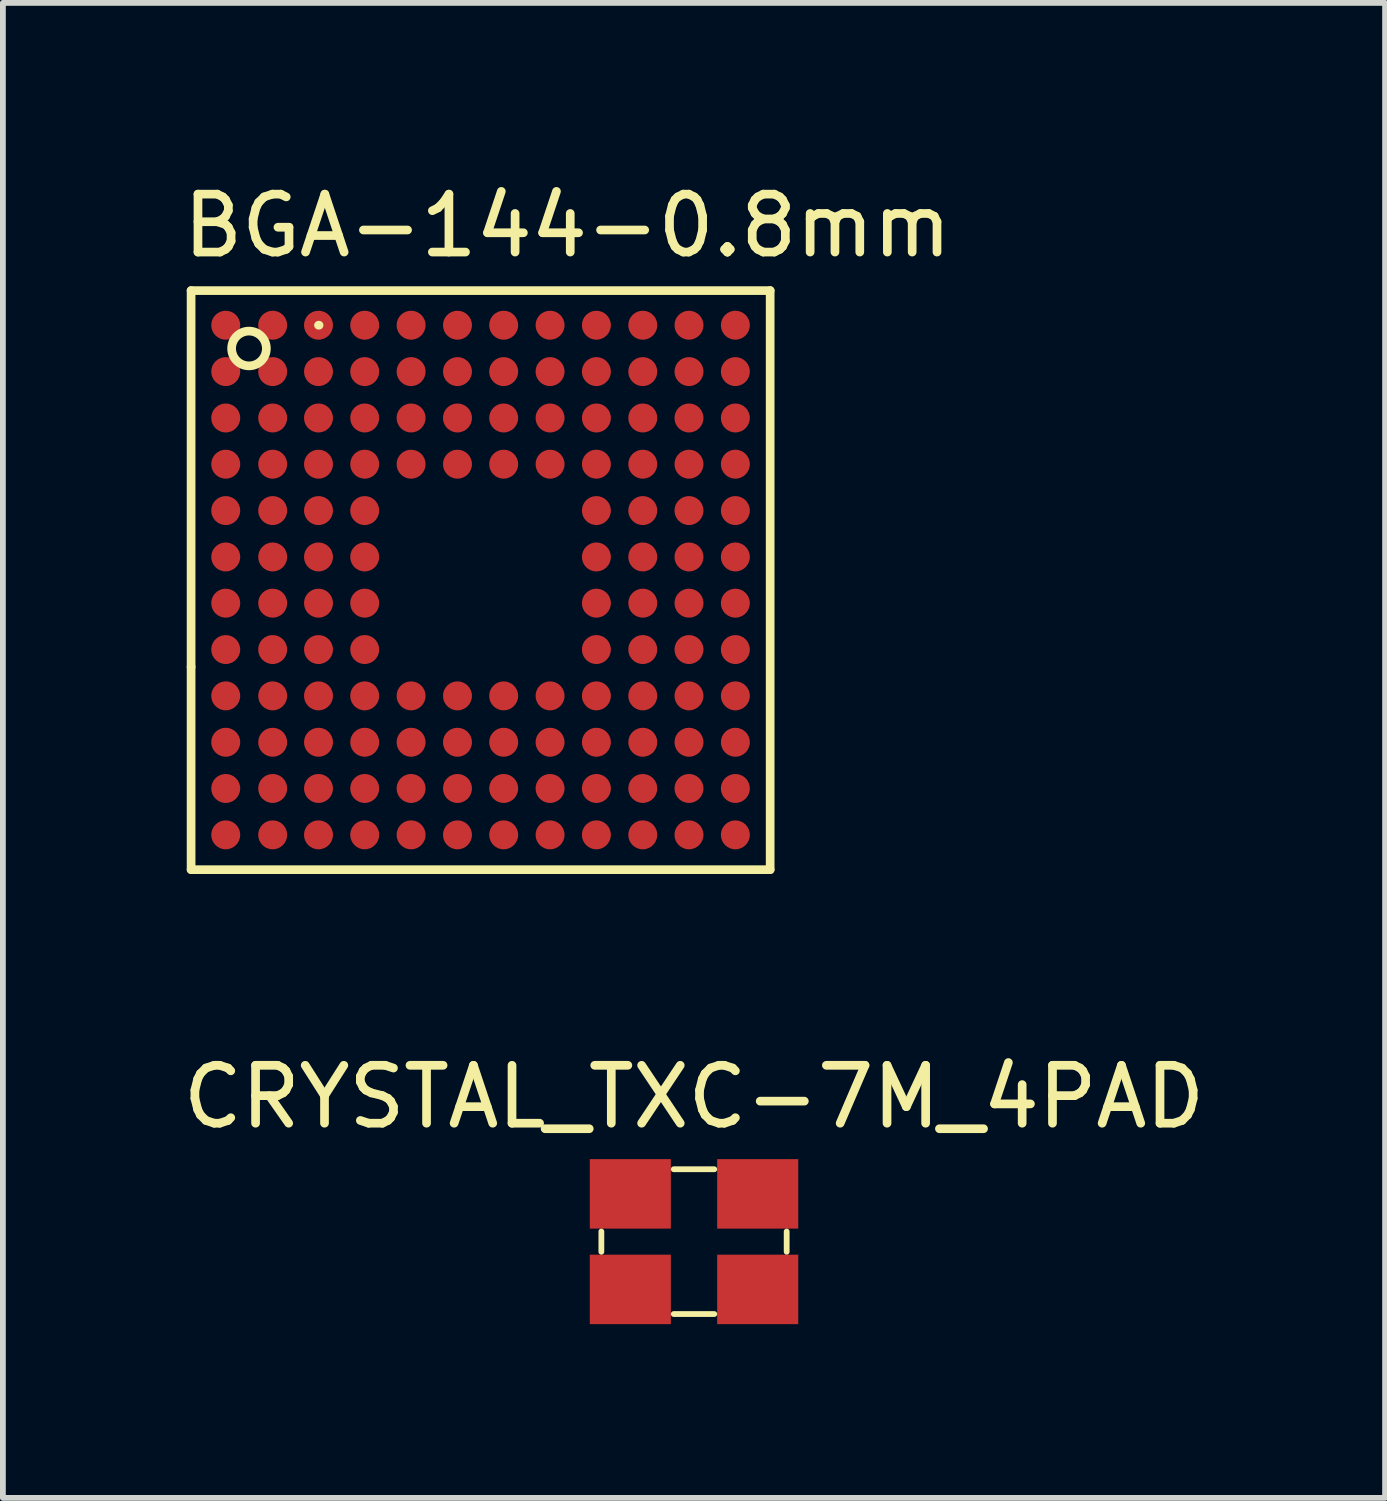
<source format=kicad_pcb>
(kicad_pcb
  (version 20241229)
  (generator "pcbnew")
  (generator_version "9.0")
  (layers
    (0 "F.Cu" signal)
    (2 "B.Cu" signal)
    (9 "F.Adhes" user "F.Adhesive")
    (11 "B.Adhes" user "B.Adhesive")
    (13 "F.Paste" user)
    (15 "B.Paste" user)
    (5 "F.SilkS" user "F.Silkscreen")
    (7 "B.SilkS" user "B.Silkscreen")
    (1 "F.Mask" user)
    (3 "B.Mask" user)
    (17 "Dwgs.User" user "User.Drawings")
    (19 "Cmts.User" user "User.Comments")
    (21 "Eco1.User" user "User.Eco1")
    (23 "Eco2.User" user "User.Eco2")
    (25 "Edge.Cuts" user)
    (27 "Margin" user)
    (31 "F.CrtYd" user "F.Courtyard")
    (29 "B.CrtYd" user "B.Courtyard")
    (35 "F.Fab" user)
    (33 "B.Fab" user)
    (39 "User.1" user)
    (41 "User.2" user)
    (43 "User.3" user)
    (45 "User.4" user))
  (footprint "CRYSTAL_TXC-7M_4PAD"
    (layer "F.Cu")
    (at 8.935 18.392)
    (property "Reference" "CRYSTAL_TXC-7M_4PAD" (at 0 -2.5 0) (layer "F.SilkS") (effects (font (size 1 1) (thickness 0.15))))
    (attr through_hole)
    (fp_line (start -1.6 -0.175) (end -1.6 0.175) (stroke (width 0.1) (type solid)) (layer "F.SilkS"))
    (fp_line (start -0.35 -1.25) (end 0.35 -1.25) (stroke (width 0.1) (type solid)) (layer "F.SilkS"))
    (fp_line (start -0.35 1.25) (end 0.35 1.25) (stroke (width 0.1) (type solid)) (layer "F.SilkS"))
    (fp_line (start 1.6 -0.175) (end 1.6 0.175) (stroke (width 0.1) (type solid)) (layer "F.SilkS"))
    (pad "1" smd rect (at -1.1 0.825) (size 1.4 1.2) (layers "F.Cu" "F.Mask" "F.Paste"))
    (pad "2" smd rect (at 1.1 0.825) (size 1.4 1.2) (layers "F.Cu" "F.Mask" "F.Paste"))
    (pad "3" smd rect (at 1.1 -0.825) (size 1.4 1.2) (layers "F.Cu" "F.Mask" "F.Paste"))
    (pad "4" smd rect (at -1.1 -0.825) (size 1.4 1.2) (layers "F.Cu" "F.Mask" "F.Paste")))
  (footprint "BGA-144-0.8mm"
    (layer "F.Cu")
    (at 0.25 1.968)
    (property "Reference" "BGA-144-0.8mm" (at 6.5 -1.12 0) (layer "F.SilkS") (effects (font (size 1 1) (thickness 0.15))))
    (attr smd)
    (fp_line (start 0.00014 0.00014) (end 10 0.00014) (stroke (width 0.15) (type solid)) (layer "F.SilkS"))
    (fp_line (start 0.00014 6.5) (end 0.00014 0.00014) (stroke (width 0.15) (type solid)) (layer "F.SilkS"))
    (fp_line (start 0.00014 10) (end 0.00014 6.5) (stroke (width 0.15) (type solid)) (layer "F.SilkS"))
    (fp_line (start 2.2 0.598) (end 2.21 0.598) (stroke (width 0.15) (type solid)) (layer "F.SilkS"))
    (fp_line (start 10 0.00014) (end 10 10) (stroke (width 0.15) (type solid)) (layer "F.SilkS"))
    (fp_line (start 10 10) (end 0.00014 10) (stroke (width 0.15) (type solid)) (layer "F.SilkS"))
    (fp_circle (center 1 1) (end 1 0.7) (stroke (width 0.15) (type solid)) (fill no) (layer "F.SilkS"))
    (pad "A1" smd circle (at 0.598 0.598) (size 0.5 0.5) (layers "F.Cu" "F.Mask" "F.Paste"))
    (pad "A2" smd circle (at 1.409 0.598) (size 0.5 0.5) (layers "F.Cu" "F.Mask" "F.Paste"))
    (pad "A3" smd circle (at 2.2 0.598) (size 0.5 0.5) (layers "F.Cu" "F.Mask" "F.Paste"))
    (pad "A4" smd circle (at 2.998 0.598) (size 0.5 0.5) (layers "F.Cu" "F.Mask" "F.Paste"))
    (pad "A5" smd circle (at 3.799 0.598) (size 0.5 0.5) (layers "F.Cu" "F.Mask" "F.Paste"))
    (pad "A6" smd circle (at 4.6 0.598) (size 0.5 0.5) (layers "F.Cu" "F.Mask" "F.Paste"))
    (pad "A7" smd circle (at 5.398 0.598) (size 0.5 0.5) (layers "F.Cu" "F.Mask" "F.Paste"))
    (pad "A8" smd circle (at 6.199 0.598) (size 0.5 0.5) (layers "F.Cu" "F.Mask" "F.Paste"))
    (pad "A9" smd circle (at 6.999 0.598) (size 0.5 0.5) (layers "F.Cu" "F.Mask" "F.Paste"))
    (pad "A10" smd circle (at 7.8 0.598) (size 0.5 0.5) (layers "F.Cu" "F.Mask" "F.Paste"))
    (pad "A11" smd circle (at 8.598 0.598) (size 0.5 0.5) (layers "F.Cu" "F.Mask" "F.Paste"))
    (pad "A12" smd circle (at 9.399 0.598) (size 0.5 0.5) (layers "F.Cu" "F.Mask" "F.Paste"))
    (pad "B1" smd circle (at 0.598 1.399) (size 0.5 0.5) (layers "F.Cu" "F.Mask" "F.Paste"))
    (pad "B2" smd circle (at 1.409 1.399) (size 0.5 0.5) (layers "F.Cu" "F.Mask" "F.Paste"))
    (pad "B3" smd circle (at 2.2 1.399) (size 0.5 0.5) (layers "F.Cu" "F.Mask" "F.Paste"))
    (pad "B4" smd circle (at 2.998 1.399) (size 0.5 0.5) (layers "F.Cu" "F.Mask" "F.Paste"))
    (pad "B5" smd circle (at 3.799 1.399) (size 0.5 0.5) (layers "F.Cu" "F.Mask" "F.Paste"))
    (pad "B6" smd circle (at 4.6 1.399) (size 0.5 0.5) (layers "F.Cu" "F.Mask" "F.Paste"))
    (pad "B7" smd circle (at 5.398 1.399) (size 0.5 0.5) (layers "F.Cu" "F.Mask" "F.Paste"))
    (pad "B8" smd circle (at 6.199 1.399) (size 0.5 0.5) (layers "F.Cu" "F.Mask" "F.Paste"))
    (pad "B9" smd circle (at 6.999 1.399) (size 0.5 0.5) (layers "F.Cu" "F.Mask" "F.Paste"))
    (pad "B10" smd circle (at 7.8 1.399) (size 0.5 0.5) (layers "F.Cu" "F.Mask" "F.Paste"))
    (pad "B11" smd circle (at 8.598 1.399) (size 0.5 0.5) (layers "F.Cu" "F.Mask" "F.Paste"))
    (pad "B12" smd circle (at 9.399 1.399) (size 0.5 0.5) (layers "F.Cu" "F.Mask" "F.Paste"))
    (pad "C1" smd circle (at 0.598 2.2) (size 0.5 0.5) (layers "F.Cu" "F.Mask" "F.Paste"))
    (pad "C2" smd circle (at 1.409 2.2) (size 0.5 0.5) (layers "F.Cu" "F.Mask" "F.Paste"))
    (pad "C3" smd circle (at 2.2 2.2) (size 0.5 0.5) (layers "F.Cu" "F.Mask" "F.Paste"))
    (pad "C4" smd circle (at 2.998 2.2) (size 0.5 0.5) (layers "F.Cu" "F.Mask" "F.Paste"))
    (pad "C5" smd circle (at 3.799 2.2) (size 0.5 0.5) (layers "F.Cu" "F.Mask" "F.Paste"))
    (pad "C6" smd circle (at 4.6 2.2) (size 0.5 0.5) (layers "F.Cu" "F.Mask" "F.Paste"))
    (pad "C7" smd circle (at 5.398 2.2) (size 0.5 0.5) (layers "F.Cu" "F.Mask" "F.Paste"))
    (pad "C8" smd circle (at 6.199 2.2) (size 0.5 0.5) (layers "F.Cu" "F.Mask" "F.Paste"))
    (pad "C9" smd circle (at 6.999 2.2) (size 0.5 0.5) (layers "F.Cu" "F.Mask" "F.Paste"))
    (pad "C10" smd circle (at 7.8 2.2) (size 0.5 0.5) (layers "F.Cu" "F.Mask" "F.Paste"))
    (pad "C11" smd circle (at 8.598 2.2) (size 0.5 0.5) (layers "F.Cu" "F.Mask" "F.Paste"))
    (pad "C12" smd circle (at 9.399 2.2) (size 0.5 0.5) (layers "F.Cu" "F.Mask" "F.Paste"))
    (pad "D1" smd circle (at 0.598 2.998) (size 0.5 0.5) (layers "F.Cu" "F.Mask" "F.Paste"))
    (pad "D2" smd circle (at 1.409 2.998) (size 0.5 0.5) (layers "F.Cu" "F.Mask" "F.Paste"))
    (pad "D3" smd circle (at 2.2 2.998) (size 0.5 0.5) (layers "F.Cu" "F.Mask" "F.Paste"))
    (pad "D4" smd circle (at 2.998 2.998) (size 0.5 0.5) (layers "F.Cu" "F.Mask" "F.Paste"))
    (pad "D5" smd circle (at 3.799 2.998) (size 0.5 0.5) (layers "F.Cu" "F.Mask" "F.Paste"))
    (pad "D6" smd circle (at 4.6 2.998) (size 0.5 0.5) (layers "F.Cu" "F.Mask" "F.Paste"))
    (pad "D7" smd circle (at 5.398 2.998) (size 0.5 0.5) (layers "F.Cu" "F.Mask" "F.Paste"))
    (pad "D8" smd circle (at 6.199 2.998) (size 0.5 0.5) (layers "F.Cu" "F.Mask" "F.Paste"))
    (pad "D9" smd circle (at 6.999 2.998) (size 0.5 0.5) (layers "F.Cu" "F.Mask" "F.Paste"))
    (pad "D10" smd circle (at 7.8 2.998) (size 0.5 0.5) (layers "F.Cu" "F.Mask" "F.Paste"))
    (pad "D11" smd circle (at 8.598 2.998) (size 0.5 0.5) (layers "F.Cu" "F.Mask" "F.Paste"))
    (pad "D12" smd circle (at 9.399 2.998) (size 0.5 0.5) (layers "F.Cu" "F.Mask" "F.Paste"))
    (pad "E1" smd circle (at 0.598 3.799) (size 0.5 0.5) (layers "F.Cu" "F.Mask" "F.Paste"))
    (pad "E2" smd circle (at 1.409 3.799) (size 0.5 0.5) (layers "F.Cu" "F.Mask" "F.Paste"))
    (pad "E3" smd circle (at 2.2 3.799) (size 0.5 0.5) (layers "F.Cu" "F.Mask" "F.Paste"))
    (pad "E4" smd circle (at 2.998 3.799) (size 0.5 0.5) (layers "F.Cu" "F.Mask" "F.Paste"))
    (pad "E9" smd circle (at 6.999 3.799) (size 0.5 0.5) (layers "F.Cu" "F.Mask" "F.Paste"))
    (pad "E10" smd circle (at 7.8 3.799) (size 0.5 0.5) (layers "F.Cu" "F.Mask" "F.Paste"))
    (pad "E11" smd circle (at 8.598 3.799) (size 0.5 0.5) (layers "F.Cu" "F.Mask" "F.Paste"))
    (pad "E12" smd circle (at 9.399 3.799) (size 0.5 0.5) (layers "F.Cu" "F.Mask" "F.Paste"))
    (pad "F1" smd circle (at 0.598 4.6) (size 0.5 0.5) (layers "F.Cu" "F.Mask" "F.Paste"))
    (pad "F2" smd circle (at 1.409 4.6) (size 0.5 0.5) (layers "F.Cu" "F.Mask" "F.Paste"))
    (pad "F3" smd circle (at 2.2 4.6) (size 0.5 0.5) (layers "F.Cu" "F.Mask" "F.Paste"))
    (pad "F4" smd circle (at 2.998 4.6) (size 0.5 0.5) (layers "F.Cu" "F.Mask" "F.Paste"))
    (pad "F9" smd circle (at 6.999 4.6) (size 0.5 0.5) (layers "F.Cu" "F.Mask" "F.Paste"))
    (pad "F10" smd circle (at 7.8 4.6) (size 0.5 0.5) (layers "F.Cu" "F.Mask" "F.Paste"))
    (pad "F11" smd circle (at 8.598 4.6) (size 0.5 0.5) (layers "F.Cu" "F.Mask" "F.Paste"))
    (pad "F12" smd circle (at 9.399 4.6) (size 0.5 0.5) (layers "F.Cu" "F.Mask" "F.Paste"))
    (pad "G1" smd circle (at 0.598 5.398) (size 0.5 0.5) (layers "F.Cu" "F.Mask" "F.Paste"))
    (pad "G2" smd circle (at 1.409 5.398) (size 0.5 0.5) (layers "F.Cu" "F.Mask" "F.Paste"))
    (pad "G3" smd circle (at 2.2 5.398) (size 0.5 0.5) (layers "F.Cu" "F.Mask" "F.Paste"))
    (pad "G4" smd circle (at 2.998 5.398) (size 0.5 0.5) (layers "F.Cu" "F.Mask" "F.Paste"))
    (pad "G9" smd circle (at 6.999 5.398) (size 0.5 0.5) (layers "F.Cu" "F.Mask" "F.Paste"))
    (pad "G10" smd circle (at 7.8 5.398) (size 0.5 0.5) (layers "F.Cu" "F.Mask" "F.Paste"))
    (pad "G11" smd circle (at 8.598 5.398) (size 0.5 0.5) (layers "F.Cu" "F.Mask" "F.Paste"))
    (pad "G12" smd circle (at 9.399 5.398) (size 0.5 0.5) (layers "F.Cu" "F.Mask" "F.Paste"))
    (pad "H1" smd circle (at 0.598 6.199) (size 0.5 0.5) (layers "F.Cu" "F.Mask" "F.Paste"))
    (pad "H2" smd circle (at 1.409 6.199) (size 0.5 0.5) (layers "F.Cu" "F.Mask" "F.Paste"))
    (pad "H3" smd circle (at 2.2 6.199) (size 0.5 0.5) (layers "F.Cu" "F.Mask" "F.Paste"))
    (pad "H4" smd circle (at 2.998 6.199) (size 0.5 0.5) (layers "F.Cu" "F.Mask" "F.Paste"))
    (pad "H9" smd circle (at 6.999 6.199) (size 0.5 0.5) (layers "F.Cu" "F.Mask" "F.Paste"))
    (pad "H10" smd circle (at 7.8 6.199) (size 0.5 0.5) (layers "F.Cu" "F.Mask" "F.Paste"))
    (pad "H11" smd circle (at 8.598 6.199) (size 0.5 0.5) (layers "F.Cu" "F.Mask" "F.Paste"))
    (pad "H12" smd circle (at 9.399 6.199) (size 0.5 0.5) (layers "F.Cu" "F.Mask" "F.Paste"))
    (pad "J1" smd circle (at 0.598 6.999) (size 0.5 0.5) (layers "F.Cu" "F.Mask" "F.Paste"))
    (pad "J2" smd circle (at 1.409 6.999) (size 0.5 0.5) (layers "F.Cu" "F.Mask" "F.Paste"))
    (pad "J3" smd circle (at 2.2 6.999) (size 0.5 0.5) (layers "F.Cu" "F.Mask" "F.Paste"))
    (pad "J4" smd circle (at 2.998 6.999) (size 0.5 0.5) (layers "F.Cu" "F.Mask" "F.Paste"))
    (pad "J5" smd circle (at 3.799 6.999) (size 0.5 0.5) (layers "F.Cu" "F.Mask" "F.Paste"))
    (pad "J6" smd circle (at 4.6 6.999) (size 0.5 0.5) (layers "F.Cu" "F.Mask" "F.Paste"))
    (pad "J7" smd circle (at 5.398 6.999) (size 0.5 0.5) (layers "F.Cu" "F.Mask" "F.Paste"))
    (pad "J8" smd circle (at 6.199 6.999) (size 0.5 0.5) (layers "F.Cu" "F.Mask" "F.Paste"))
    (pad "J9" smd circle (at 6.999 6.999) (size 0.5 0.5) (layers "F.Cu" "F.Mask" "F.Paste"))
    (pad "J10" smd circle (at 7.8 6.999) (size 0.5 0.5) (layers "F.Cu" "F.Mask" "F.Paste"))
    (pad "J11" smd circle (at 8.598 6.999) (size 0.5 0.5) (layers "F.Cu" "F.Mask" "F.Paste"))
    (pad "J12" smd circle (at 9.399 6.999) (size 0.5 0.5) (layers "F.Cu" "F.Mask" "F.Paste"))
    (pad "K1" smd circle (at 0.598 7.8) (size 0.5 0.5) (layers "F.Cu" "F.Mask" "F.Paste"))
    (pad "K2" smd circle (at 1.409 7.8) (size 0.5 0.5) (layers "F.Cu" "F.Mask" "F.Paste"))
    (pad "K3" smd circle (at 2.2 7.8) (size 0.5 0.5) (layers "F.Cu" "F.Mask" "F.Paste"))
    (pad "K4" smd circle (at 2.998 7.8) (size 0.5 0.5) (layers "F.Cu" "F.Mask" "F.Paste"))
    (pad "K5" smd circle (at 3.799 7.8) (size 0.5 0.5) (layers "F.Cu" "F.Mask" "F.Paste"))
    (pad "K6" smd circle (at 4.6 7.8) (size 0.5 0.5) (layers "F.Cu" "F.Mask" "F.Paste"))
    (pad "K7" smd circle (at 5.398 7.8) (size 0.5 0.5) (layers "F.Cu" "F.Mask" "F.Paste"))
    (pad "K8" smd circle (at 6.199 7.8) (size 0.5 0.5) (layers "F.Cu" "F.Mask" "F.Paste"))
    (pad "K9" smd circle (at 6.999 7.8) (size 0.5 0.5) (layers "F.Cu" "F.Mask" "F.Paste"))
    (pad "K10" smd circle (at 7.8 7.8) (size 0.5 0.5) (layers "F.Cu" "F.Mask" "F.Paste"))
    (pad "K11" smd circle (at 8.598 7.8) (size 0.5 0.5) (layers "F.Cu" "F.Mask" "F.Paste"))
    (pad "K12" smd circle (at 9.399 7.8) (size 0.5 0.5) (layers "F.Cu" "F.Mask" "F.Paste"))
    (pad "L1" smd circle (at 0.598 8.598) (size 0.5 0.5) (layers "F.Cu" "F.Mask" "F.Paste"))
    (pad "L2" smd circle (at 1.409 8.598) (size 0.5 0.5) (layers "F.Cu" "F.Mask" "F.Paste"))
    (pad "L3" smd circle (at 2.2 8.598) (size 0.5 0.5) (layers "F.Cu" "F.Mask" "F.Paste"))
    (pad "L4" smd circle (at 2.998 8.598) (size 0.5 0.5) (layers "F.Cu" "F.Mask" "F.Paste"))
    (pad "L5" smd circle (at 3.799 8.598) (size 0.5 0.5) (layers "F.Cu" "F.Mask" "F.Paste"))
    (pad "L6" smd circle (at 4.6 8.598) (size 0.5 0.5) (layers "F.Cu" "F.Mask" "F.Paste"))
    (pad "L7" smd circle (at 5.398 8.598) (size 0.5 0.5) (layers "F.Cu" "F.Mask" "F.Paste"))
    (pad "L8" smd circle (at 6.199 8.598) (size 0.5 0.5) (layers "F.Cu" "F.Mask" "F.Paste"))
    (pad "L9" smd circle (at 6.999 8.598) (size 0.5 0.5) (layers "F.Cu" "F.Mask" "F.Paste"))
    (pad "L10" smd circle (at 7.8 8.598) (size 0.5 0.5) (layers "F.Cu" "F.Mask" "F.Paste"))
    (pad "L11" smd circle (at 8.598 8.598) (size 0.5 0.5) (layers "F.Cu" "F.Mask" "F.Paste"))
    (pad "L12" smd circle (at 9.399 8.598) (size 0.5 0.5) (layers "F.Cu" "F.Mask" "F.Paste"))
    (pad "M1" smd circle (at 0.598 9.399) (size 0.5 0.5) (layers "F.Cu" "F.Mask" "F.Paste"))
    (pad "M2" smd circle (at 1.409 9.399) (size 0.5 0.5) (layers "F.Cu" "F.Mask" "F.Paste"))
    (pad "M3" smd circle (at 2.2 9.399) (size 0.5 0.5) (layers "F.Cu" "F.Mask" "F.Paste"))
    (pad "M4" smd circle (at 2.998 9.399) (size 0.5 0.5) (layers "F.Cu" "F.Mask" "F.Paste"))
    (pad "M5" smd circle (at 3.799 9.399) (size 0.5 0.5) (layers "F.Cu" "F.Mask" "F.Paste"))
    (pad "M6" smd circle (at 4.6 9.399) (size 0.5 0.5) (layers "F.Cu" "F.Mask" "F.Paste"))
    (pad "M7" smd circle (at 5.398 9.399) (size 0.5 0.5) (layers "F.Cu" "F.Mask" "F.Paste"))
    (pad "M8" smd circle (at 6.199 9.399) (size 0.5 0.5) (layers "F.Cu" "F.Mask" "F.Paste"))
    (pad "M9" smd circle (at 6.999 9.399) (size 0.5 0.5) (layers "F.Cu" "F.Mask" "F.Paste"))
    (pad "M10" smd circle (at 7.8 9.399) (size 0.5 0.5) (layers "F.Cu" "F.Mask" "F.Paste"))
    (pad "M11" smd circle (at 8.598 9.399) (size 0.5 0.5) (layers "F.Cu" "F.Mask" "F.Paste"))
    (pad "M12" smd circle (at 9.399 9.399) (size 0.5 0.5) (layers "F.Cu" "F.Mask" "F.Paste")))
  (gr_rect
    (start -3 -3)
    (end 20.869 22.817)
    (stroke (width 0.1) (type default))
    (fill no)
    (layer "Edge.Cuts")))
</source>
